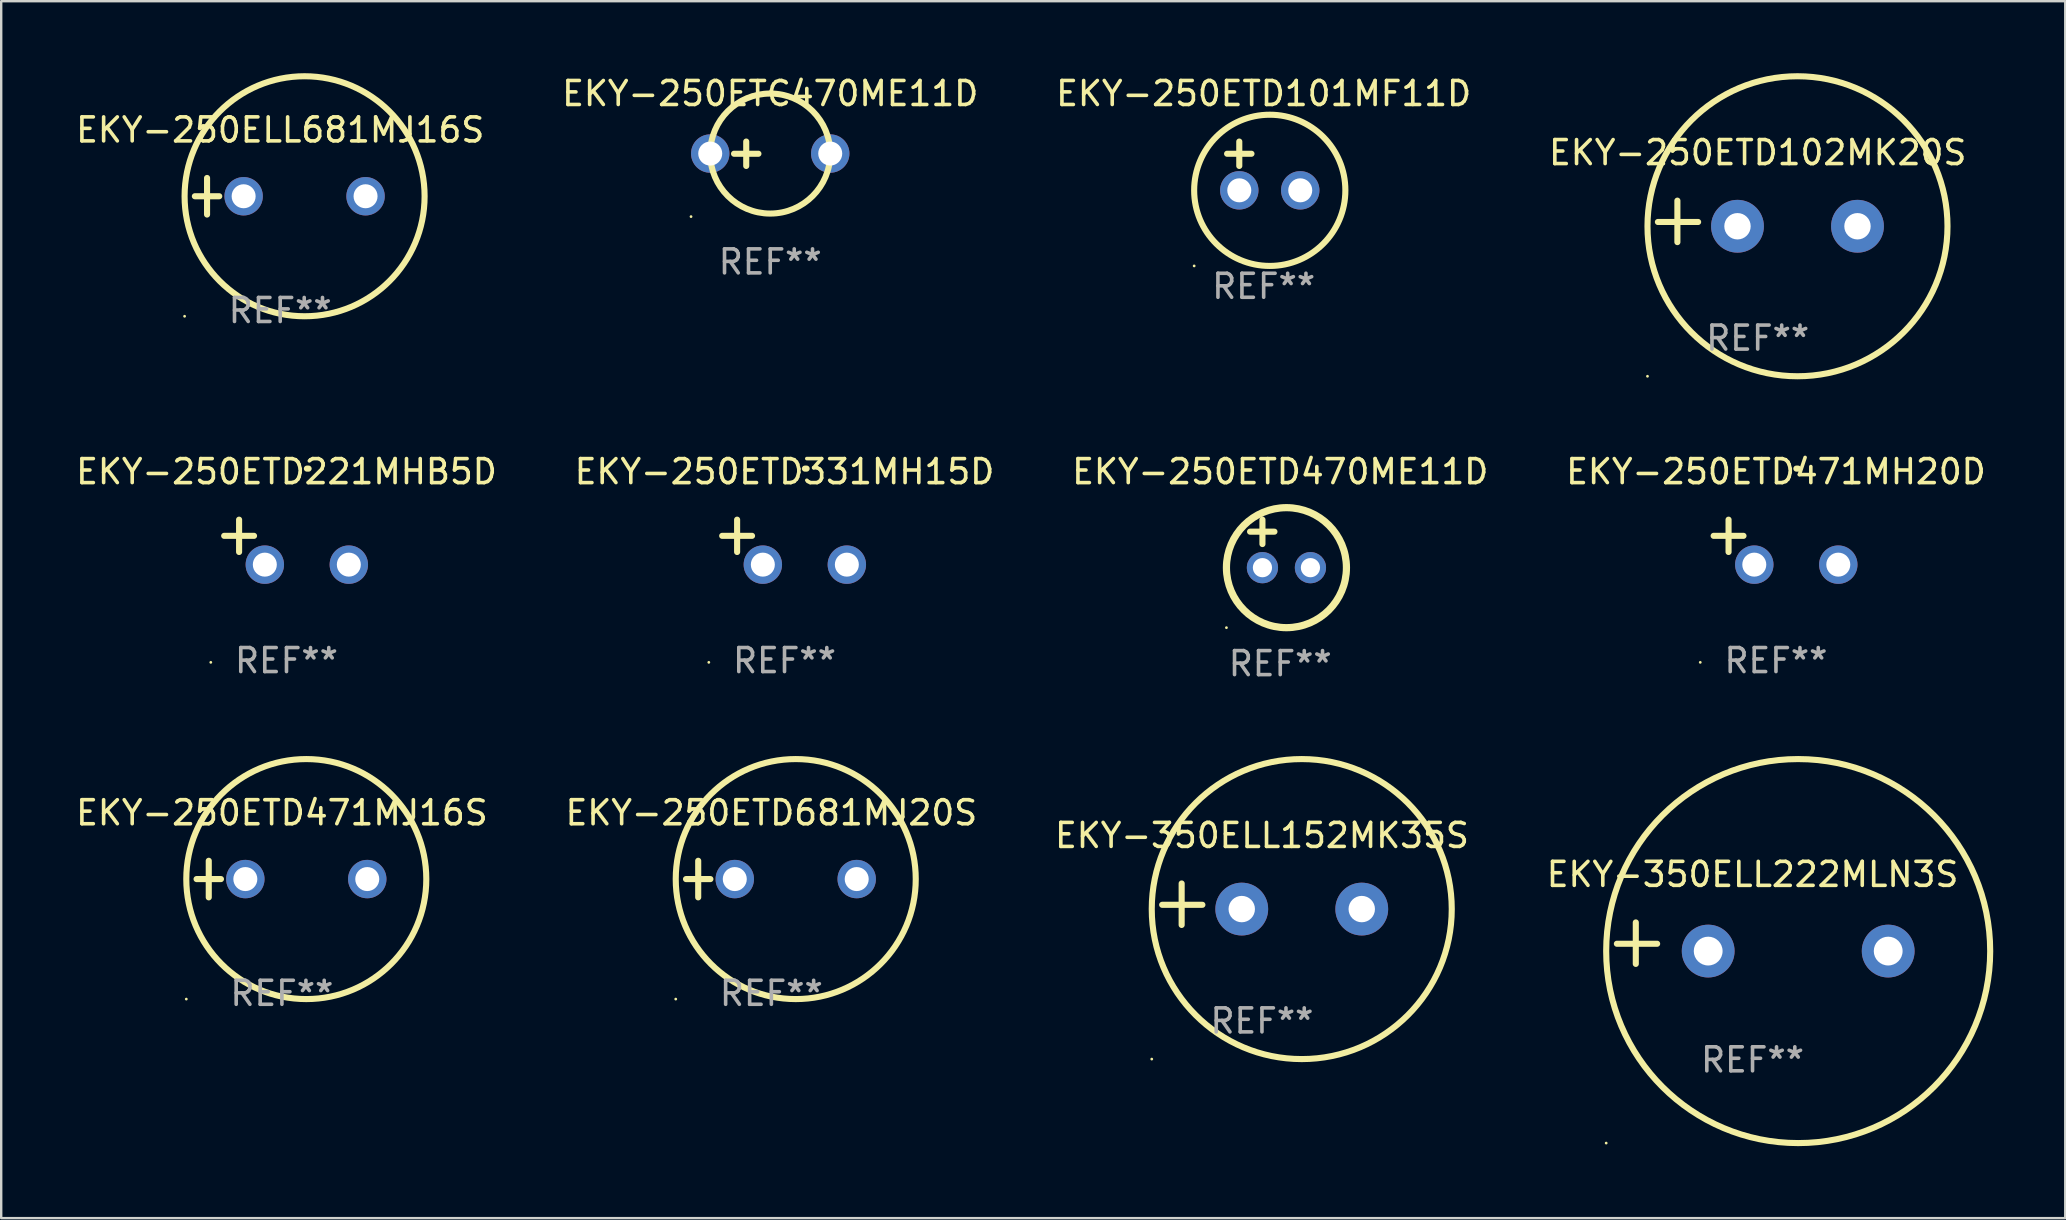
<source format=kicad_pcb>
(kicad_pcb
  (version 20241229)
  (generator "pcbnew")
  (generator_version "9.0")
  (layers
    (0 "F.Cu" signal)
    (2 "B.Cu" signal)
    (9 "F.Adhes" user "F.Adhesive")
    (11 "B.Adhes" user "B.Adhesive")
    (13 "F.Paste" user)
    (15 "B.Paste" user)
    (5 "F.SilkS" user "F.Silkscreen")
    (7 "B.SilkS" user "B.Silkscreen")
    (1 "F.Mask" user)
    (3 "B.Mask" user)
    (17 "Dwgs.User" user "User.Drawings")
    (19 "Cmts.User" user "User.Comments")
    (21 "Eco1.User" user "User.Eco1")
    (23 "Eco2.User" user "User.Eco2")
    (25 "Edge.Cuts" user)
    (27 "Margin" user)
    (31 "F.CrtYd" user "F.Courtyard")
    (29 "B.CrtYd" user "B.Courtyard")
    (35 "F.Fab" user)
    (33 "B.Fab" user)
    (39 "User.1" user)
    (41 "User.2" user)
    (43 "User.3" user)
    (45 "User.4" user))
  (footprint "EKY-250ETD331MH15D"
    (layer "F.Cu")
    (at 29.637 19.539)
    (property "Reference" "EKY-250ETD331MH15D" (at 0 -2.937 0) (layer "F.SilkS") (effects (font (size 1 1) (thickness 0.15))))
    (attr through_hole)
    (fp_line (start -1.975 0.41) (end -1.975 -0.937) (stroke (width 0.254) (type solid)) (layer "F.SilkS"))
    (fp_line (start -1.353 -0.263) (end -2.597 -0.263) (stroke (width 0.254) (type solid)) (layer "F.SilkS"))
    (fp_arc (start 0.849809 -3.063957) (mid 0.885369 -3.064114) (end 0.920929 -3.063957) (stroke (width 0.254001) (type solid)) (layer "F.SilkS"))
    (fp_circle (center -3.154 5.008) (end -3.124 5.008) (stroke (width 0.06) (type solid)) (fill no) (layer "F.SilkS"))
    (fp_text user "REF**" (at 0 4.937 0) (layer "F.Fab") (effects (font (size 1 1) (thickness 0.15))))
    (pad "1" thru_hole circle (at -0.903 0.937) (size 1.6 1.6) (drill 1) (layers "*.Cu" "*.Mask"))
    (pad "2" thru_hole circle (at 2.597 0.937) (size 1.6 1.6) (drill 1) (layers "*.Cu" "*.Mask")))
  (footprint "EKY-350ELL152MK35S"
    (layer "F.Cu")
    (at 49.53 34.624)
    (property "Reference" "EKY-350ELL152MK35S" (at 0 -2.864 0) (layer "F.SilkS") (effects (font (size 1 1) (thickness 0.15))))
    (attr through_hole)
    (fp_line (start -3.346 0.864) (end -3.346 -0.864) (stroke (width 0.254) (type solid)) (layer "F.SilkS"))
    (fp_line (start -2.482 0.025) (end -4.158 0.025) (stroke (width 0.254) (type solid)) (layer "F.SilkS"))
    (fp_circle (center -4.592 6.453) (end -4.562 6.453) (stroke (width 0.06) (type solid)) (fill no) (layer "F.SilkS"))
    (fp_circle (center 1.658 0.203) (end 7.908 0.203) (stroke (width 0.254) (type solid)) (fill no) (layer "F.SilkS"))
    (fp_text user "REF**" (at 0 4.864 0) (layer "F.Fab") (effects (font (size 1 1) (thickness 0.15))))
    (pad "1" thru_hole circle (at -0.842 0.203) (size 2.2 2.2) (drill 1.1) (layers "*.Cu" "*.Mask"))
    (pad "2" thru_hole circle (at 4.158 0.203) (size 2.2 2.2) (drill 1.1) (layers "*.Cu" "*.Mask")))
  (footprint "EKY-250ELL681MJ16S"
    (layer "F.Cu")
    (at 8.625 5.127)
    (property "Reference" "EKY-250ELL681MJ16S" (at 0 -2.762 0) (layer "F.SilkS") (effects (font (size 1 1) (thickness 0.15))))
    (attr through_hole)
    (fp_line (start -3.556 0) (end -2.54 0) (stroke (width 0.254) (type solid)) (layer "F.SilkS"))
    (fp_line (start -3.048 -0.762) (end -3.048 0.762) (stroke (width 0.254) (type solid)) (layer "F.SilkS"))
    (fp_circle (center -3.984 5) (end -3.954 5) (stroke (width 0.06) (type solid)) (fill no) (layer "F.SilkS"))
    (fp_circle (center 1.016 0) (end 6.016 0) (stroke (width 0.254) (type solid)) (fill no) (layer "F.SilkS"))
    (fp_text user "REF**" (at 0 4.762 0) (layer "F.Fab") (effects (font (size 1 1) (thickness 0.15))))
    (pad "1" thru_hole circle (at -1.524 0) (size 1.6 1.6) (drill 1) (layers "*.Cu" "*.Mask"))
    (pad "2" thru_hole circle (at 3.556 0) (size 1.6 1.6) (drill 1) (layers "*.Cu" "*.Mask")))
  (footprint "EKY-250ETD102MK20S"
    (layer "F.Cu")
    (at 70.185 6.174)
    (property "Reference" "EKY-250ETD102MK20S" (at 0 -2.864 0) (layer "F.SilkS") (effects (font (size 1 1) (thickness 0.15))))
    (attr through_hole)
    (fp_line (start -3.346 0.864) (end -3.346 -0.864) (stroke (width 0.254) (type solid)) (layer "F.SilkS"))
    (fp_line (start -2.482 0.025) (end -4.158 0.025) (stroke (width 0.254) (type solid)) (layer "F.SilkS"))
    (fp_circle (center -4.592 6.453) (end -4.562 6.453) (stroke (width 0.06) (type solid)) (fill no) (layer "F.SilkS"))
    (fp_circle (center 1.658 0.203) (end 7.908 0.203) (stroke (width 0.254) (type solid)) (fill no) (layer "F.SilkS"))
    (fp_text user "REF**" (at 0 4.864 0) (layer "F.Fab") (effects (font (size 1 1) (thickness 0.15))))
    (pad "1" thru_hole circle (at -0.842 0.203) (size 2.2 2.2) (drill 1.1) (layers "*.Cu" "*.Mask"))
    (pad "2" thru_hole circle (at 4.158 0.203) (size 2.2 2.2) (drill 1.1) (layers "*.Cu" "*.Mask")))
  (footprint "EKY-250ETD681MJ20S"
    (layer "F.Cu")
    (at 29.089 33.577)
    (property "Reference" "EKY-250ETD681MJ20S" (at 0 -2.762 0) (layer "F.SilkS") (effects (font (size 1 1) (thickness 0.15))))
    (attr through_hole)
    (fp_line (start -3.556 0) (end -2.54 0) (stroke (width 0.254) (type solid)) (layer "F.SilkS"))
    (fp_line (start -3.048 -0.762) (end -3.048 0.762) (stroke (width 0.254) (type solid)) (layer "F.SilkS"))
    (fp_circle (center -3.984 5) (end -3.954 5) (stroke (width 0.06) (type solid)) (fill no) (layer "F.SilkS"))
    (fp_circle (center 1.016 0) (end 6.016 0) (stroke (width 0.254) (type solid)) (fill no) (layer "F.SilkS"))
    (fp_text user "REF**" (at 0 4.762 0) (layer "F.Fab") (effects (font (size 1 1) (thickness 0.15))))
    (pad "1" thru_hole circle (at -1.524 0) (size 1.6 1.6) (drill 1) (layers "*.Cu" "*.Mask"))
    (pad "2" thru_hole circle (at 3.556 0) (size 1.6 1.6) (drill 1) (layers "*.Cu" "*.Mask")))
  (footprint "EKY-250ETD471MH20D"
    (layer "F.Cu")
    (at 70.946 19.539)
    (property "Reference" "EKY-250ETD471MH20D" (at 0 -2.937 0) (layer "F.SilkS") (effects (font (size 1 1) (thickness 0.15))))
    (attr through_hole)
    (fp_line (start -1.975 0.41) (end -1.975 -0.937) (stroke (width 0.254) (type solid)) (layer "F.SilkS"))
    (fp_line (start -1.353 -0.263) (end -2.597 -0.263) (stroke (width 0.254) (type solid)) (layer "F.SilkS"))
    (fp_arc (start 0.849809 -3.063957) (mid 0.885369 -3.064114) (end 0.920929 -3.063957) (stroke (width 0.254001) (type solid)) (layer "F.SilkS"))
    (fp_circle (center -3.154 5.008) (end -3.124 5.008) (stroke (width 0.06) (type solid)) (fill no) (layer "F.SilkS"))
    (fp_text user "REF**" (at 0 4.937 0) (layer "F.Fab") (effects (font (size 1 1) (thickness 0.15))))
    (pad "1" thru_hole circle (at -0.903 0.937) (size 1.6 1.6) (drill 1) (layers "*.Cu" "*.Mask"))
    (pad "2" thru_hole circle (at 2.597 0.937) (size 1.6 1.6) (drill 1) (layers "*.Cu" "*.Mask")))
  (footprint "EKY-350ELL222MLN3S"
    (layer "F.Cu")
    (at 69.97 36.247)
    (property "Reference" "EKY-350ELL222MLN3S" (at 0 -2.864 0) (layer "F.SilkS") (effects (font (size 1 1) (thickness 0.15))))
    (attr through_hole)
    (fp_line (start -4.864 0.864) (end -4.864 -0.864) (stroke (width 0.254) (type solid)) (layer "F.SilkS"))
    (fp_line (start -3.975 0.025) (end -5.652 0.025) (stroke (width 0.254) (type solid)) (layer "F.SilkS"))
    (fp_circle (center -6.098 8.33) (end -6.068 8.33) (stroke (width 0.06) (type solid)) (fill no) (layer "F.SilkS"))
    (fp_circle (center 1.902 0.33) (end 9.902 0.33) (stroke (width 0.254) (type solid)) (fill no) (layer "F.SilkS"))
    (fp_text user "REF**" (at 0 4.864 0) (layer "F.Fab") (effects (font (size 1 1) (thickness 0.15))))
    (pad "1" thru_hole circle (at -1.848 0.33) (size 2.2 2.2) (drill 1.2) (layers "*.Cu" "*.Mask"))
    (pad "2" thru_hole circle (at 5.652 0.33) (size 2.2 2.2) (drill 1.2) (layers "*.Cu" "*.Mask")))
  (footprint "EKY-250ETD470ME11D"
    (layer "F.Cu")
    (at 50.292 19.602)
    (property "Reference" "EKY-250ETD470ME11D" (at 0 -3 0) (layer "F.SilkS") (effects (font (size 1 1) (thickness 0.15))))
    (attr through_hole)
    (fp_line (start -1.258 -0.5) (end -0.242 -0.5) (stroke (width 0.254) (type solid)) (layer "F.SilkS"))
    (fp_line (start -0.742 -1) (end -0.742 0.016) (stroke (width 0.254) (type solid)) (layer "F.SilkS"))
    (fp_circle (center -2.242 3.5) (end -2.212 3.5) (stroke (width 0.06) (type solid)) (fill no) (layer "F.SilkS"))
    (fp_circle (center 0.258 1) (end 2.758 1) (stroke (width 0.3) (type solid)) (fill no) (layer "F.SilkS"))
    (fp_text user "REF**" (at 0 5 0) (layer "F.Fab") (effects (font (size 1 1) (thickness 0.15))))
    (pad "1" thru_hole circle (at -0.742 1) (size 1.3 1.3) (drill 0.8) (layers "*.Cu" "*.Mask"))
    (pad "2" thru_hole circle (at 1.258 1) (size 1.3 1.3) (drill 0.8) (layers "*.Cu" "*.Mask")))
  (footprint "EKY-250ETD101MF11D"
    (layer "F.Cu")
    (at 49.601 3.864)
    (property "Reference" "EKY-250ETD101MF11D" (at 0 -3.016 0) (layer "F.SilkS") (effects (font (size 1 1) (thickness 0.15))))
    (attr through_hole)
    (fp_line (start -1.524 -0.508) (end -0.508 -0.508) (stroke (width 0.254) (type solid)) (layer "F.SilkS"))
    (fp_line (start -1.016 -1.016) (end -1.016 0) (stroke (width 0.254) (type solid)) (layer "F.SilkS"))
    (fp_circle (center -2.896 4.166) (end -2.866 4.166) (stroke (width 0.06) (type solid)) (fill no) (layer "F.SilkS"))
    (fp_circle (center 0.254 1.016) (end 3.404 1.016) (stroke (width 0.254) (type solid)) (fill no) (layer "F.SilkS"))
    (fp_text user "REF**" (at 0 5.016 0) (layer "F.Fab") (effects (font (size 1 1) (thickness 0.15))))
    (pad "1" thru_hole circle (at -1.016 1.016) (size 1.6 1.6) (drill 1) (layers "*.Cu" "*.Mask"))
    (pad "2" thru_hole circle (at 1.524 1.016) (size 1.6 1.6) (drill 1) (layers "*.Cu" "*.Mask")))
  (footprint "EKY-250ETD221MHB5D"
    (layer "F.Cu")
    (at 8.887 19.539)
    (property "Reference" "EKY-250ETD221MHB5D" (at 0 -2.937 0) (layer "F.SilkS") (effects (font (size 1 1) (thickness 0.15))))
    (attr through_hole)
    (fp_line (start -1.975 0.41) (end -1.975 -0.937) (stroke (width 0.254) (type solid)) (layer "F.SilkS"))
    (fp_line (start -1.353 -0.263) (end -2.597 -0.263) (stroke (width 0.254) (type solid)) (layer "F.SilkS"))
    (fp_arc (start 0.849809 -3.063957) (mid 0.885369 -3.064114) (end 0.920929 -3.063957) (stroke (width 0.254001) (type solid)) (layer "F.SilkS"))
    (fp_circle (center -3.154 5.008) (end -3.124 5.008) (stroke (width 0.06) (type solid)) (fill no) (layer "F.SilkS"))
    (fp_text user "REF**" (at 0 4.937 0) (layer "F.Fab") (effects (font (size 1 1) (thickness 0.15))))
    (pad "1" thru_hole circle (at -0.903 0.937) (size 1.6 1.6) (drill 1) (layers "*.Cu" "*.Mask"))
    (pad "2" thru_hole circle (at 2.597 0.937) (size 1.6 1.6) (drill 1) (layers "*.Cu" "*.Mask")))
  (footprint "EKY-250ETC470ME11D"
    (layer "F.Cu")
    (at 29.042 3.356)
    (property "Reference" "EKY-250ETC470ME11D" (at 0 -2.508 0) (layer "F.SilkS") (effects (font (size 1 1) (thickness 0.15))))
    (attr through_hole)
    (fp_line (start -1.508 0) (end -0.492 0) (stroke (width 0.254) (type solid)) (layer "F.SilkS"))
    (fp_line (start -1 -0.508) (end -1 0.508) (stroke (width 0.254) (type solid)) (layer "F.SilkS"))
    (fp_circle (center -3.3 2.619) (end -3.27 2.619) (stroke (width 0.06) (type solid)) (fill no) (layer "F.SilkS"))
    (fp_circle (center -0.000127 -0.008) (end 2.5 -0.008) (stroke (width 0.254) (type solid)) (fill no) (layer "F.SilkS"))
    (fp_text user "REF**" (at 0 4.508 0) (layer "F.Fab") (effects (font (size 1 1) (thickness 0.15))))
    (pad "1" thru_hole circle (at -2.5 -0.008) (size 1.6 1.6) (drill 1) (layers "*.Cu" "*.Mask"))
    (pad "2" thru_hole circle (at 2.5 -0.008) (size 1.6 1.6) (drill 1) (layers "*.Cu" "*.Mask")))
  (footprint "EKY-250ETD471MJ16S"
    (layer "F.Cu")
    (at 8.696 33.577)
    (property "Reference" "EKY-250ETD471MJ16S" (at 0 -2.762 0) (layer "F.SilkS") (effects (font (size 1 1) (thickness 0.15))))
    (attr through_hole)
    (fp_line (start -3.556 0) (end -2.54 0) (stroke (width 0.254) (type solid)) (layer "F.SilkS"))
    (fp_line (start -3.048 -0.762) (end -3.048 0.762) (stroke (width 0.254) (type solid)) (layer "F.SilkS"))
    (fp_circle (center -3.984 5) (end -3.954 5) (stroke (width 0.06) (type solid)) (fill no) (layer "F.SilkS"))
    (fp_circle (center 1.016 0) (end 6.016 0) (stroke (width 0.254) (type solid)) (fill no) (layer "F.SilkS"))
    (fp_text user "REF**" (at 0 4.762 0) (layer "F.Fab") (effects (font (size 1 1) (thickness 0.15))))
    (pad "1" thru_hole circle (at -1.524 0) (size 1.6 1.6) (drill 1) (layers "*.Cu" "*.Mask"))
    (pad "2" thru_hole circle (at 3.556 0) (size 1.6 1.6) (drill 1) (layers "*.Cu" "*.Mask")))
  (gr_rect
    (start -3 -3)
    (end 82.999 47.704)
    (stroke (width 0.1) (type default))
    (fill no)
    (layer "Edge.Cuts")))
</source>
